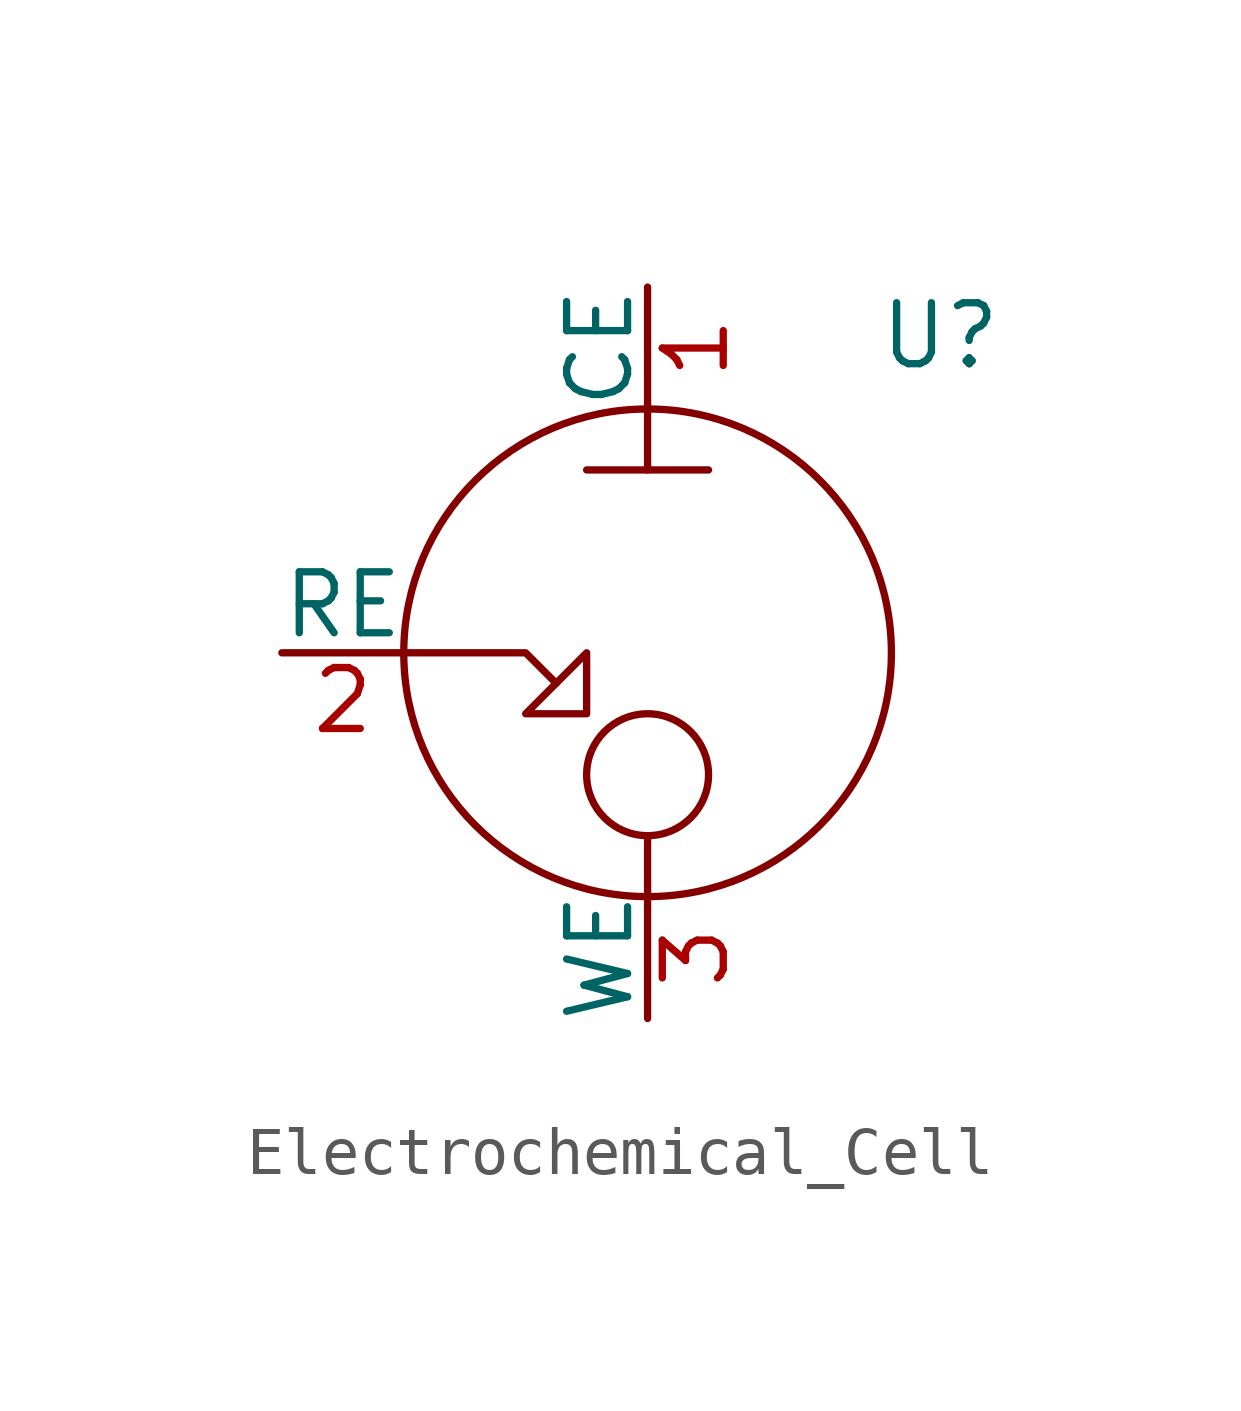
<source format=kicad_sym>
(kicad_symbol_lib
  (version 20241209)
  (generator "kicad_symbol_editor")
  (generator_version "9.0")
  (symbol "Electrochemical_Cell"
    (pin_names
      (offset 0))
    (property "Reference" "U"
      (at 6.096 6.604 0)
      (effects (font (size 1.27 1.27))))
    (property "Value" ""
      (at 0 0 0)
      (effects (font (size 1.27 1.27))))
    (symbol "Electrochemical_Cell_0_1"
      (polyline (pts (xy -5.08 0) (xy -2.54 0) (xy -1.905 -0.635)) (stroke (width 0) (type default)) (fill (type none)))
      (polyline (pts (xy -1.27 3.81) (xy 1.27 3.81)) (stroke (width 0) (type default)) (fill (type none)))
      (polyline (pts (xy -1.27 0) (xy -1.27 -1.27) (xy -2.54 -1.27) (xy -1.27 0)) (stroke (width 0) (type default)) (fill (type none)))
      (polyline (pts (xy 0 5.08) (xy 0 3.81)) (stroke (width 0) (type default)) (fill (type none)))
      (circle (center 0 0) (radius 5.08) (stroke (width 0) (type default)) (fill (type none)))
      (circle (center 0 -2.54) (radius 1.27) (stroke (width 0) (type default)) (fill (type none)))
      (polyline (pts (xy 0 -3.81) (xy 0 -5.08)) (stroke (width 0) (type default)) (fill (type none))))
    (symbol "Electrochemical_Cell_1_1"
      (pin power_out line (at -7.62 0 0) (length 2.54) (name "RE" (effects (font (size 1.27 1.27)))) (number "2" (effects (font (size 1.27 1.27)))))
      (pin power_out line (at 0 7.62 270) (length 2.54) (name "CE" (effects (font (size 1.27 1.27)))) (number "1" (effects (font (size 1.27 1.27)))))
      (pin power_out line (at 0 -7.62 90) (length 2.54) (name "WE" (effects (font (size 1.27 1.27)))) (number "3" (effects (font (size 1.27 1.27))))))))
</source>
